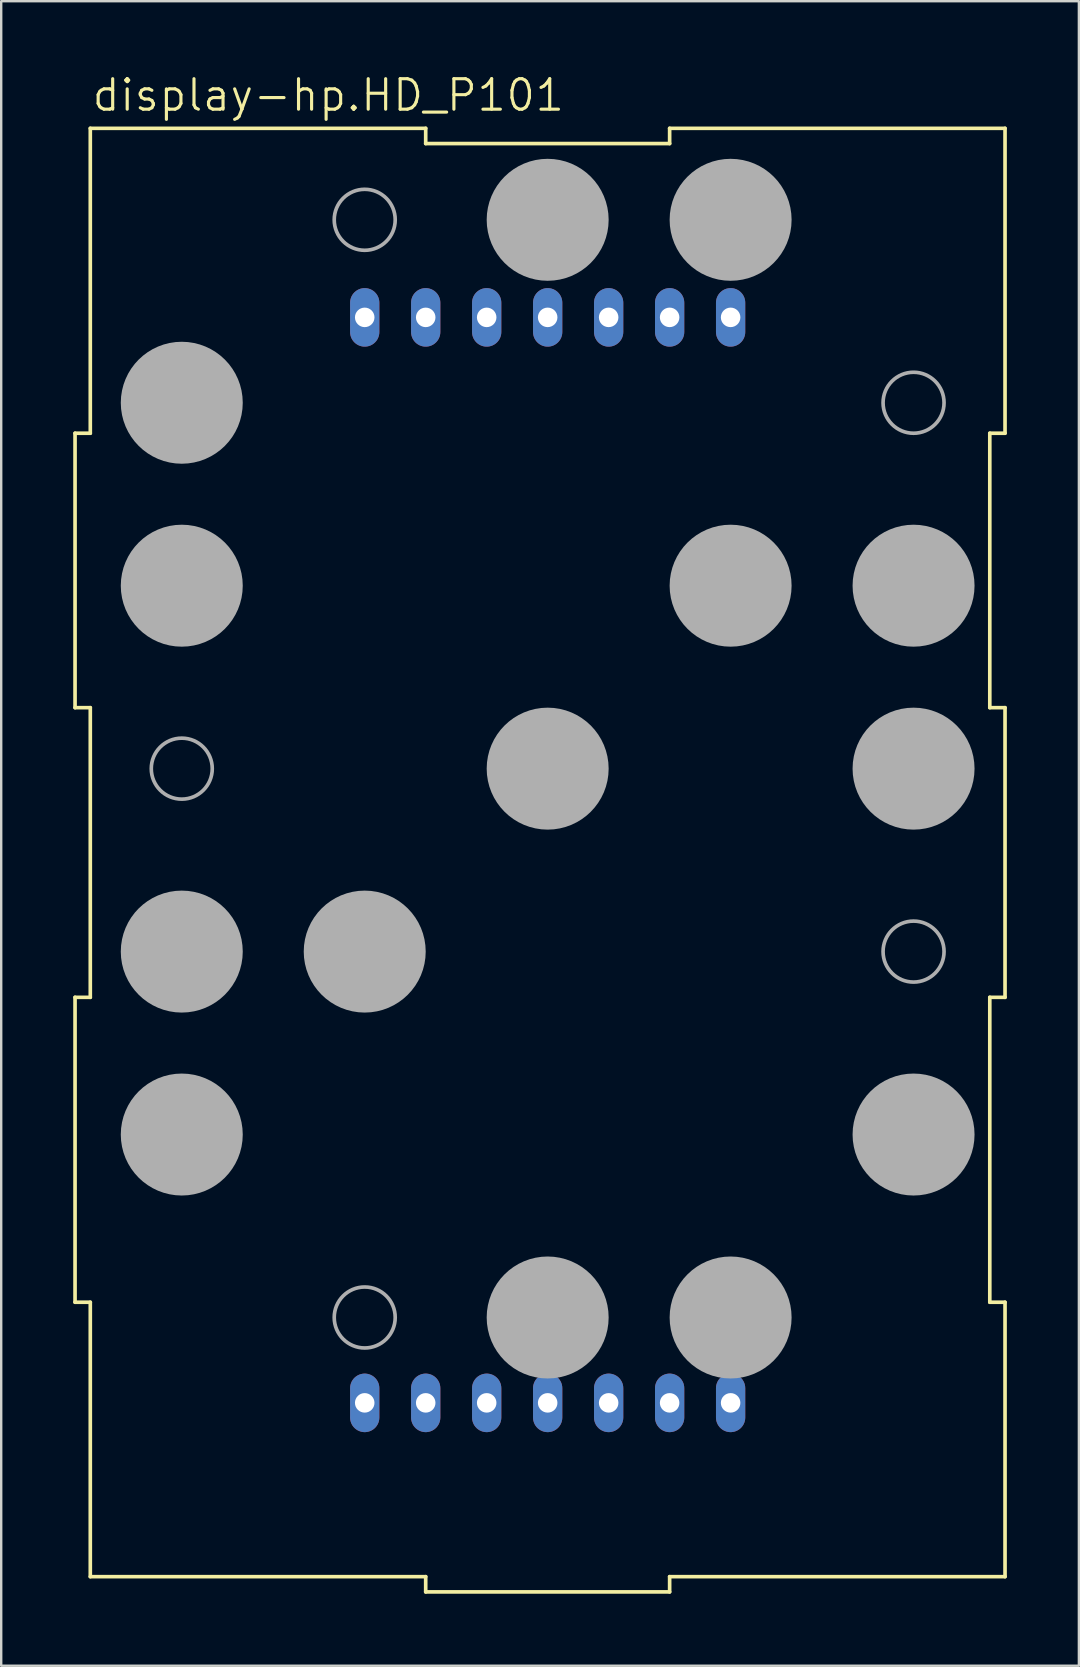
<source format=kicad_pcb>
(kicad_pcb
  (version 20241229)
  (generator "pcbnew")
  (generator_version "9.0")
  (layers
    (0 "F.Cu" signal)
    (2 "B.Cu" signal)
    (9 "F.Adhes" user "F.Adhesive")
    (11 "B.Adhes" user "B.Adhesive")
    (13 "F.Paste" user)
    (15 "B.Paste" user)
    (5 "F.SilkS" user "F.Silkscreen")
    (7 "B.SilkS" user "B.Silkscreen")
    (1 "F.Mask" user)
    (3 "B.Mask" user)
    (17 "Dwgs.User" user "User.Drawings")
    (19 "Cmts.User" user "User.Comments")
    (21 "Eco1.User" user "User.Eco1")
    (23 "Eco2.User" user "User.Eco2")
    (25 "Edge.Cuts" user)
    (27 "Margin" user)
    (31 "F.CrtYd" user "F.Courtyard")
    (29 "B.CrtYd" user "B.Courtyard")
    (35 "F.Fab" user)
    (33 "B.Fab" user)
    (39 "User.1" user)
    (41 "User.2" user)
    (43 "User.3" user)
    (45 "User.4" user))
  (footprint "display-hp.HD_P101"
    (layer "F.Cu")
    (at 19.761 32.775)
    (property "Reference" "display-hp.HD_P101" (at -19.05 -31.115 0) (layer "F.SilkS") (effects (font (size 1.27 1.27) (thickness 0.13)) (justify left bottom)))
    (attr through_hole)
    (fp_line (start -19.685 -6.35) (end -19.685 -17.78) (stroke (width 0.152) (type default)) (layer "F.SilkS"))
    (fp_line (start -19.685 -6.35) (end -19.05 -6.35) (stroke (width 0.152) (type default)) (layer "F.SilkS"))
    (fp_line (start -19.685 18.415) (end -19.685 5.715) (stroke (width 0.152) (type default)) (layer "F.SilkS"))
    (fp_line (start -19.685 18.415) (end -19.05 18.415) (stroke (width 0.152) (type default)) (layer "F.SilkS"))
    (fp_line (start -19.05 -30.48) (end -5.08 -30.48) (stroke (width 0.152) (type default)) (layer "F.SilkS"))
    (fp_line (start -19.05 -17.78) (end -19.685 -17.78) (stroke (width 0.152) (type default)) (layer "F.SilkS"))
    (fp_line (start -19.05 -17.78) (end -19.05 -30.48) (stroke (width 0.152) (type default)) (layer "F.SilkS"))
    (fp_line (start -19.05 5.715) (end -19.685 5.715) (stroke (width 0.152) (type default)) (layer "F.SilkS"))
    (fp_line (start -19.05 5.715) (end -19.05 -6.35) (stroke (width 0.152) (type default)) (layer "F.SilkS"))
    (fp_line (start -19.05 29.845) (end -19.05 18.415) (stroke (width 0.152) (type default)) (layer "F.SilkS"))
    (fp_line (start -19.05 29.845) (end -5.08 29.845) (stroke (width 0.152) (type default)) (layer "F.SilkS"))
    (fp_line (start -5.08 -29.845) (end -5.08 -30.48) (stroke (width 0.152) (type default)) (layer "F.SilkS"))
    (fp_line (start -5.08 -29.845) (end 5.08 -29.845) (stroke (width 0.152) (type default)) (layer "F.SilkS"))
    (fp_line (start -5.08 30.48) (end -5.08 29.845) (stroke (width 0.152) (type default)) (layer "F.SilkS"))
    (fp_line (start -5.08 30.48) (end 5.08 30.48) (stroke (width 0.152) (type default)) (layer "F.SilkS"))
    (fp_line (start 5.08 -30.48) (end 5.08 -29.845) (stroke (width 0.152) (type default)) (layer "F.SilkS"))
    (fp_line (start 5.08 -30.48) (end 19.05 -30.48) (stroke (width 0.152) (type default)) (layer "F.SilkS"))
    (fp_line (start 5.08 29.845) (end 5.08 30.48) (stroke (width 0.152) (type default)) (layer "F.SilkS"))
    (fp_line (start 5.08 29.845) (end 19.05 29.845) (stroke (width 0.152) (type default)) (layer "F.SilkS"))
    (fp_line (start 18.415 -17.78) (end 18.415 -6.35) (stroke (width 0.152) (type default)) (layer "F.SilkS"))
    (fp_line (start 18.415 -17.78) (end 19.05 -17.78) (stroke (width 0.152) (type default)) (layer "F.SilkS"))
    (fp_line (start 18.415 5.715) (end 18.415 18.415) (stroke (width 0.152) (type default)) (layer "F.SilkS"))
    (fp_line (start 18.415 5.715) (end 19.05 5.715) (stroke (width 0.152) (type default)) (layer "F.SilkS"))
    (fp_line (start 19.05 -30.48) (end 19.05 -17.78) (stroke (width 0.152) (type default)) (layer "F.SilkS"))
    (fp_line (start 19.05 -6.35) (end 18.415 -6.35) (stroke (width 0.152) (type default)) (layer "F.SilkS"))
    (fp_line (start 19.05 -6.35) (end 19.05 5.715) (stroke (width 0.152) (type default)) (layer "F.SilkS"))
    (fp_line (start 19.05 18.415) (end 18.415 18.415) (stroke (width 0.152) (type default)) (layer "F.SilkS"))
    (fp_line (start 19.05 18.415) (end 19.05 29.845) (stroke (width 0.152) (type default)) (layer "F.SilkS"))
    (fp_circle (center -15.24 -19.05) (end -13.97 -19.05) (stroke (width 2.54) (type default)) (fill no) (layer "F.Fab"))
    (fp_circle (center -15.24 -11.43) (end -13.97 -11.43) (stroke (width 2.54) (type default)) (fill no) (layer "F.Fab"))
    (fp_circle (center -15.24 -3.81) (end -13.97 -3.81) (stroke (width 0.152) (type default)) (fill no) (layer "F.Fab"))
    (fp_circle (center -15.24 3.81) (end -13.97 3.81) (stroke (width 2.54) (type default)) (fill no) (layer "F.Fab"))
    (fp_circle (center -15.24 11.43) (end -13.97 11.43) (stroke (width 2.54) (type default)) (fill no) (layer "F.Fab"))
    (fp_circle (center -7.62 -26.67) (end -6.35 -26.67) (stroke (width 0.152) (type default)) (fill no) (layer "F.Fab"))
    (fp_circle (center -7.62 3.81) (end -6.35 3.81) (stroke (width 2.54) (type default)) (fill no) (layer "F.Fab"))
    (fp_circle (center -7.62 19.05) (end -6.35 19.05) (stroke (width 0.152) (type default)) (fill no) (layer "F.Fab"))
    (fp_circle (center 0 -26.67) (end 1.27 -26.67) (stroke (width 2.54) (type default)) (fill no) (layer "F.Fab"))
    (fp_circle (center 0 -3.81) (end 1.27 -3.81) (stroke (width 2.54) (type default)) (fill no) (layer "F.Fab"))
    (fp_circle (center 0 19.05) (end 1.27 19.05) (stroke (width 2.54) (type default)) (fill no) (layer "F.Fab"))
    (fp_circle (center 7.62 -26.67) (end 8.89 -26.67) (stroke (width 2.54) (type default)) (fill no) (layer "F.Fab"))
    (fp_circle (center 7.62 -11.43) (end 8.89 -11.43) (stroke (width 2.54) (type default)) (fill no) (layer "F.Fab"))
    (fp_circle (center 7.62 19.05) (end 8.89 19.05) (stroke (width 2.54) (type default)) (fill no) (layer "F.Fab"))
    (fp_circle (center 15.24 -19.05) (end 16.51 -19.05) (stroke (width 0.152) (type default)) (fill no) (layer "F.Fab"))
    (fp_circle (center 15.24 -11.43) (end 16.51 -11.43) (stroke (width 2.54) (type default)) (fill no) (layer "F.Fab"))
    (fp_circle (center 15.24 -3.81) (end 16.51 -3.81) (stroke (width 2.54) (type default)) (fill no) (layer "F.Fab"))
    (fp_circle (center 15.24 3.81) (end 16.51 3.81) (stroke (width 0.152) (type default)) (fill no) (layer "F.Fab"))
    (fp_circle (center 15.24 11.43) (end 16.51 11.43) (stroke (width 2.54) (type default)) (fill no) (layer "F.Fab"))
    (pad "1" thru_hole oval (at -7.62 22.606 90) (size 2.438 1.219) (drill 0.813) (layers "*.Cu" "*.Mask"))
    (pad "2" thru_hole oval (at -5.08 22.606 90) (size 2.438 1.219) (drill 0.813) (layers "*.Cu" "*.Mask"))
    (pad "3" thru_hole oval (at -2.54 22.606 90) (size 2.438 1.219) (drill 0.813) (layers "*.Cu" "*.Mask"))
    (pad "4" thru_hole oval (at 0 22.606 90) (size 2.438 1.219) (drill 0.813) (layers "*.Cu" "*.Mask"))
    (pad "5" thru_hole oval (at 2.54 22.606 90) (size 2.438 1.219) (drill 0.813) (layers "*.Cu" "*.Mask"))
    (pad "6" thru_hole oval (at 5.08 22.606 90) (size 2.438 1.219) (drill 0.813) (layers "*.Cu" "*.Mask"))
    (pad "7" thru_hole oval (at 7.62 22.606 90) (size 2.438 1.219) (drill 0.813) (layers "*.Cu" "*.Mask"))
    (pad "8" thru_hole oval (at 7.62 -22.606 90) (size 2.438 1.219) (drill 0.813) (layers "*.Cu" "*.Mask"))
    (pad "9" thru_hole oval (at 5.08 -22.606 90) (size 2.438 1.219) (drill 0.813) (layers "*.Cu" "*.Mask"))
    (pad "10" thru_hole oval (at 2.54 -22.606 90) (size 2.438 1.219) (drill 0.813) (layers "*.Cu" "*.Mask"))
    (pad "11" thru_hole oval (at 0 -22.606 90) (size 2.438 1.219) (drill 0.813) (layers "*.Cu" "*.Mask"))
    (pad "12" thru_hole oval (at -2.54 -22.606 90) (size 2.438 1.219) (drill 0.813) (layers "*.Cu" "*.Mask"))
    (pad "13" thru_hole oval (at -5.08 -22.606 90) (size 2.438 1.219) (drill 0.813) (layers "*.Cu" "*.Mask"))
    (pad "14" thru_hole oval (at -7.62 -22.606 90) (size 2.438 1.219) (drill 0.813) (layers "*.Cu" "*.Mask")))
  (gr_rect
    (start -3 -3)
    (end 41.887 66.331)
    (stroke (width 0.1) (type default))
    (fill no)
    (layer "Edge.Cuts")))
</source>
